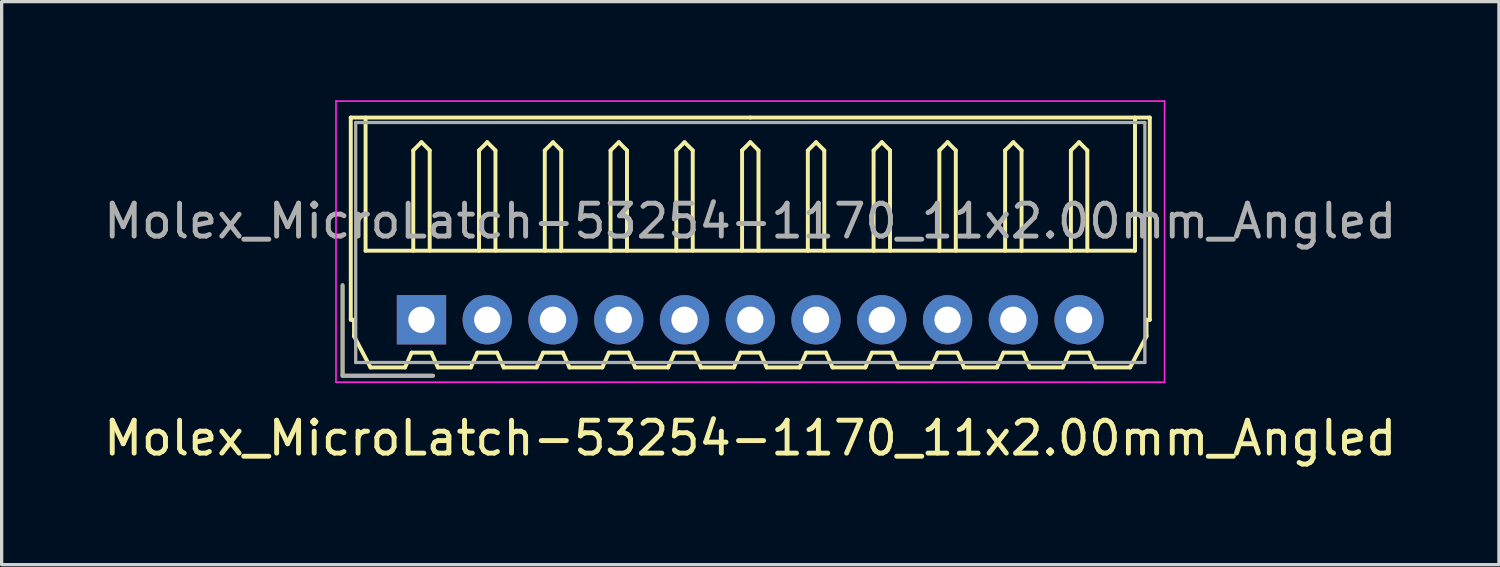
<source format=kicad_pcb>
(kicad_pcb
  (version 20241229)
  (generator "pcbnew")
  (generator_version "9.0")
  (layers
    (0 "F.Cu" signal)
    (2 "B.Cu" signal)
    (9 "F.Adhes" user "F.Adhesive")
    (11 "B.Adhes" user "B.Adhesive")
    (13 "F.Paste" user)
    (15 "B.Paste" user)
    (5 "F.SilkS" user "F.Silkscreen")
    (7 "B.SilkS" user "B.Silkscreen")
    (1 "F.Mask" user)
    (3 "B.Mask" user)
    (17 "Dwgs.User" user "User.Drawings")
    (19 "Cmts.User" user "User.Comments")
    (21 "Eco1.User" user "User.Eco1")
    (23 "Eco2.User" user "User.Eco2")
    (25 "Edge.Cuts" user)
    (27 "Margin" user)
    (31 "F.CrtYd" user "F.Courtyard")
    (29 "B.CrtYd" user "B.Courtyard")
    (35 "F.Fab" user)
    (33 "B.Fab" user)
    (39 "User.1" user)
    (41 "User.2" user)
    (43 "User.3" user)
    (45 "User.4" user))
  (footprint "Molex_MicroLatch-53254-1170_11x2.00mm_Angled"
    (layer "F.Cu")
    (at 9.768 6.675)
    (property "Reference" "Molex_MicroLatch-53254-1170_11x2.00mm_Angled" (at 10 3.6 0) (layer "F.SilkS") (effects (font (size 1 1) (thickness 0.15))))
    (attr through_hole)
    (fp_line (start -2.4 1.7) (end -2.4 -1.05) (stroke (width 0.12) (type solid)) (layer "F.SilkS"))
    (fp_line (start -2.15 -6.15) (end 10 -6.15) (stroke (width 0.12) (type solid)) (layer "F.SilkS"))
    (fp_line (start -2.15 0) (end -2.15 -6.15) (stroke (width 0.12) (type solid)) (layer "F.SilkS"))
    (fp_line (start -2.05 0) (end -2.15 0) (stroke (width 0.12) (type solid)) (layer "F.SilkS"))
    (fp_line (start -2.05 0.5) (end -2.05 0) (stroke (width 0.12) (type solid)) (layer "F.SilkS"))
    (fp_line (start -1.7 -6.15) (end -1.7 -2.1) (stroke (width 0.12) (type solid)) (layer "F.SilkS"))
    (fp_line (start -1.7 -2.1) (end 21.7 -2.1) (stroke (width 0.12) (type solid)) (layer "F.SilkS"))
    (fp_line (start -1.55 1.45) (end -2.05 0.5) (stroke (width 0.12) (type solid)) (layer "F.SilkS"))
    (fp_line (start -0.5 1.45) (end -1.55 1.45) (stroke (width 0.12) (type solid)) (layer "F.SilkS"))
    (fp_line (start -0.3 1) (end -0.5 1.45) (stroke (width 0.12) (type solid)) (layer "F.SilkS"))
    (fp_line (start -0.3 1) (end 0.3 1) (stroke (width 0.12) (type solid)) (layer "F.SilkS"))
    (fp_line (start -0.25 -5.15) (end 0 -5.4) (stroke (width 0.12) (type solid)) (layer "F.SilkS"))
    (fp_line (start -0.25 -2.1) (end -0.25 -5.15) (stroke (width 0.12) (type solid)) (layer "F.SilkS"))
    (fp_line (start 0 -5.4) (end 0.25 -5.15) (stroke (width 0.12) (type solid)) (layer "F.SilkS"))
    (fp_line (start 0.25 -5.15) (end 0.25 -2.1) (stroke (width 0.12) (type solid)) (layer "F.SilkS"))
    (fp_line (start 0.3 1) (end 0.5 1.45) (stroke (width 0.12) (type solid)) (layer "F.SilkS"))
    (fp_line (start 0.35 1.7) (end -2.4 1.7) (stroke (width 0.12) (type solid)) (layer "F.SilkS"))
    (fp_line (start 0.5 1.45) (end 1.5 1.45) (stroke (width 0.12) (type solid)) (layer "F.SilkS"))
    (fp_line (start 1.5 1.45) (end 1.7 1) (stroke (width 0.12) (type solid)) (layer "F.SilkS"))
    (fp_line (start 1.7 1) (end 2.3 1) (stroke (width 0.12) (type solid)) (layer "F.SilkS"))
    (fp_line (start 1.75 -5.15) (end 2 -5.4) (stroke (width 0.12) (type solid)) (layer "F.SilkS"))
    (fp_line (start 1.75 -2.1) (end 1.75 -5.15) (stroke (width 0.12) (type solid)) (layer "F.SilkS"))
    (fp_line (start 2 -5.4) (end 2.25 -5.15) (stroke (width 0.12) (type solid)) (layer "F.SilkS"))
    (fp_line (start 2.25 -5.15) (end 2.25 -2.1) (stroke (width 0.12) (type solid)) (layer "F.SilkS"))
    (fp_line (start 2.3 1) (end 2.5 1.45) (stroke (width 0.12) (type solid)) (layer "F.SilkS"))
    (fp_line (start 2.5 1.45) (end 3.5 1.45) (stroke (width 0.12) (type solid)) (layer "F.SilkS"))
    (fp_line (start 3.5 1.45) (end 3.7 1) (stroke (width 0.12) (type solid)) (layer "F.SilkS"))
    (fp_line (start 3.7 1) (end 4.3 1) (stroke (width 0.12) (type solid)) (layer "F.SilkS"))
    (fp_line (start 3.75 -5.15) (end 4 -5.4) (stroke (width 0.12) (type solid)) (layer "F.SilkS"))
    (fp_line (start 3.75 -2.1) (end 3.75 -5.15) (stroke (width 0.12) (type solid)) (layer "F.SilkS"))
    (fp_line (start 4 -5.4) (end 4.25 -5.15) (stroke (width 0.12) (type solid)) (layer "F.SilkS"))
    (fp_line (start 4.25 -5.15) (end 4.25 -2.1) (stroke (width 0.12) (type solid)) (layer "F.SilkS"))
    (fp_line (start 4.3 1) (end 4.5 1.45) (stroke (width 0.12) (type solid)) (layer "F.SilkS"))
    (fp_line (start 4.5 1.45) (end 5.5 1.45) (stroke (width 0.12) (type solid)) (layer "F.SilkS"))
    (fp_line (start 5.5 1.45) (end 5.7 1) (stroke (width 0.12) (type solid)) (layer "F.SilkS"))
    (fp_line (start 5.7 1) (end 6.3 1) (stroke (width 0.12) (type solid)) (layer "F.SilkS"))
    (fp_line (start 5.75 -5.15) (end 6 -5.4) (stroke (width 0.12) (type solid)) (layer "F.SilkS"))
    (fp_line (start 5.75 -2.1) (end 5.75 -5.15) (stroke (width 0.12) (type solid)) (layer "F.SilkS"))
    (fp_line (start 6 -5.4) (end 6.25 -5.15) (stroke (width 0.12) (type solid)) (layer "F.SilkS"))
    (fp_line (start 6.25 -5.15) (end 6.25 -2.1) (stroke (width 0.12) (type solid)) (layer "F.SilkS"))
    (fp_line (start 6.3 1) (end 6.5 1.45) (stroke (width 0.12) (type solid)) (layer "F.SilkS"))
    (fp_line (start 6.5 1.45) (end 7.5 1.45) (stroke (width 0.12) (type solid)) (layer "F.SilkS"))
    (fp_line (start 7.5 1.45) (end 7.7 1) (stroke (width 0.12) (type solid)) (layer "F.SilkS"))
    (fp_line (start 7.7 1) (end 8.3 1) (stroke (width 0.12) (type solid)) (layer "F.SilkS"))
    (fp_line (start 7.75 -5.15) (end 8 -5.4) (stroke (width 0.12) (type solid)) (layer "F.SilkS"))
    (fp_line (start 7.75 -2.1) (end 7.75 -5.15) (stroke (width 0.12) (type solid)) (layer "F.SilkS"))
    (fp_line (start 8 -5.4) (end 8.25 -5.15) (stroke (width 0.12) (type solid)) (layer "F.SilkS"))
    (fp_line (start 8.25 -5.15) (end 8.25 -2.1) (stroke (width 0.12) (type solid)) (layer "F.SilkS"))
    (fp_line (start 8.3 1) (end 8.5 1.45) (stroke (width 0.12) (type solid)) (layer "F.SilkS"))
    (fp_line (start 8.5 1.45) (end 9.5 1.45) (stroke (width 0.12) (type solid)) (layer "F.SilkS"))
    (fp_line (start 9.5 1.45) (end 9.7 1) (stroke (width 0.12) (type solid)) (layer "F.SilkS"))
    (fp_line (start 9.7 1) (end 10.3 1) (stroke (width 0.12) (type solid)) (layer "F.SilkS"))
    (fp_line (start 9.75 -5.15) (end 10 -5.4) (stroke (width 0.12) (type solid)) (layer "F.SilkS"))
    (fp_line (start 9.75 -2.1) (end 9.75 -5.15) (stroke (width 0.12) (type solid)) (layer "F.SilkS"))
    (fp_line (start 10 -5.4) (end 10.25 -5.15) (stroke (width 0.12) (type solid)) (layer "F.SilkS"))
    (fp_line (start 10.25 -5.15) (end 10.25 -2.1) (stroke (width 0.12) (type solid)) (layer "F.SilkS"))
    (fp_line (start 10.3 1) (end 10.5 1.45) (stroke (width 0.12) (type solid)) (layer "F.SilkS"))
    (fp_line (start 10.5 1.45) (end 11.5 1.45) (stroke (width 0.12) (type solid)) (layer "F.SilkS"))
    (fp_line (start 11.5 1.45) (end 11.7 1) (stroke (width 0.12) (type solid)) (layer "F.SilkS"))
    (fp_line (start 11.7 1) (end 12.3 1) (stroke (width 0.12) (type solid)) (layer "F.SilkS"))
    (fp_line (start 11.75 -5.15) (end 12 -5.4) (stroke (width 0.12) (type solid)) (layer "F.SilkS"))
    (fp_line (start 11.75 -2.1) (end 11.75 -5.15) (stroke (width 0.12) (type solid)) (layer "F.SilkS"))
    (fp_line (start 12 -5.4) (end 12.25 -5.15) (stroke (width 0.12) (type solid)) (layer "F.SilkS"))
    (fp_line (start 12.25 -5.15) (end 12.25 -2.1) (stroke (width 0.12) (type solid)) (layer "F.SilkS"))
    (fp_line (start 12.3 1) (end 12.5 1.45) (stroke (width 0.12) (type solid)) (layer "F.SilkS"))
    (fp_line (start 12.5 1.45) (end 13.5 1.45) (stroke (width 0.12) (type solid)) (layer "F.SilkS"))
    (fp_line (start 13.5 1.45) (end 13.7 1) (stroke (width 0.12) (type solid)) (layer "F.SilkS"))
    (fp_line (start 13.7 1) (end 14.3 1) (stroke (width 0.12) (type solid)) (layer "F.SilkS"))
    (fp_line (start 13.75 -5.15) (end 14 -5.4) (stroke (width 0.12) (type solid)) (layer "F.SilkS"))
    (fp_line (start 13.75 -2.1) (end 13.75 -5.15) (stroke (width 0.12) (type solid)) (layer "F.SilkS"))
    (fp_line (start 14 -5.4) (end 14.25 -5.15) (stroke (width 0.12) (type solid)) (layer "F.SilkS"))
    (fp_line (start 14.25 -5.15) (end 14.25 -2.1) (stroke (width 0.12) (type solid)) (layer "F.SilkS"))
    (fp_line (start 14.3 1) (end 14.5 1.45) (stroke (width 0.12) (type solid)) (layer "F.SilkS"))
    (fp_line (start 14.5 1.45) (end 15.5 1.45) (stroke (width 0.12) (type solid)) (layer "F.SilkS"))
    (fp_line (start 15.5 1.45) (end 15.7 1) (stroke (width 0.12) (type solid)) (layer "F.SilkS"))
    (fp_line (start 15.7 1) (end 16.3 1) (stroke (width 0.12) (type solid)) (layer "F.SilkS"))
    (fp_line (start 15.75 -5.15) (end 16 -5.4) (stroke (width 0.12) (type solid)) (layer "F.SilkS"))
    (fp_line (start 15.75 -2.1) (end 15.75 -5.15) (stroke (width 0.12) (type solid)) (layer "F.SilkS"))
    (fp_line (start 16 -5.4) (end 16.25 -5.15) (stroke (width 0.12) (type solid)) (layer "F.SilkS"))
    (fp_line (start 16.25 -5.15) (end 16.25 -2.1) (stroke (width 0.12) (type solid)) (layer "F.SilkS"))
    (fp_line (start 16.3 1) (end 16.5 1.45) (stroke (width 0.12) (type solid)) (layer "F.SilkS"))
    (fp_line (start 16.5 1.45) (end 17.5 1.45) (stroke (width 0.12) (type solid)) (layer "F.SilkS"))
    (fp_line (start 17.5 1.45) (end 17.7 1) (stroke (width 0.12) (type solid)) (layer "F.SilkS"))
    (fp_line (start 17.7 1) (end 18.3 1) (stroke (width 0.12) (type solid)) (layer "F.SilkS"))
    (fp_line (start 17.75 -5.15) (end 18 -5.4) (stroke (width 0.12) (type solid)) (layer "F.SilkS"))
    (fp_line (start 17.75 -2.1) (end 17.75 -5.15) (stroke (width 0.12) (type solid)) (layer "F.SilkS"))
    (fp_line (start 18 -5.4) (end 18.25 -5.15) (stroke (width 0.12) (type solid)) (layer "F.SilkS"))
    (fp_line (start 18.25 -5.15) (end 18.25 -2.1) (stroke (width 0.12) (type solid)) (layer "F.SilkS"))
    (fp_line (start 18.3 1) (end 18.5 1.45) (stroke (width 0.12) (type solid)) (layer "F.SilkS"))
    (fp_line (start 18.5 1.45) (end 19.5 1.45) (stroke (width 0.12) (type solid)) (layer "F.SilkS"))
    (fp_line (start 19.5 1.45) (end 19.7 1) (stroke (width 0.12) (type solid)) (layer "F.SilkS"))
    (fp_line (start 19.7 1) (end 20.3 1) (stroke (width 0.12) (type solid)) (layer "F.SilkS"))
    (fp_line (start 19.75 -5.15) (end 20 -5.4) (stroke (width 0.12) (type solid)) (layer "F.SilkS"))
    (fp_line (start 19.75 -2.1) (end 19.75 -5.15) (stroke (width 0.12) (type solid)) (layer "F.SilkS"))
    (fp_line (start 20 -5.4) (end 20.25 -5.15) (stroke (width 0.12) (type solid)) (layer "F.SilkS"))
    (fp_line (start 20.25 -5.15) (end 20.25 -2.1) (stroke (width 0.12) (type solid)) (layer "F.SilkS"))
    (fp_line (start 20.3 1) (end 20.5 1.45) (stroke (width 0.12) (type solid)) (layer "F.SilkS"))
    (fp_line (start 20.5 1.45) (end 21.55 1.45) (stroke (width 0.12) (type solid)) (layer "F.SilkS"))
    (fp_line (start 21.55 1.45) (end 22.05 0.5) (stroke (width 0.12) (type solid)) (layer "F.SilkS"))
    (fp_line (start 21.7 -2.1) (end 21.7 -6.15) (stroke (width 0.12) (type solid)) (layer "F.SilkS"))
    (fp_line (start 22.05 0) (end 22.15 0) (stroke (width 0.12) (type solid)) (layer "F.SilkS"))
    (fp_line (start 22.05 0.5) (end 22.05 0) (stroke (width 0.12) (type solid)) (layer "F.SilkS"))
    (fp_line (start 22.15 -6.15) (end 10 -6.15) (stroke (width 0.12) (type solid)) (layer "F.SilkS"))
    (fp_line (start 22.15 0) (end 22.15 -6.15) (stroke (width 0.12) (type solid)) (layer "F.SilkS"))
    (fp_line (start -2.6 -6.65) (end -2.6 1.9) (stroke (width 0.05) (type solid)) (layer "F.CrtYd"))
    (fp_line (start -2.6 1.9) (end 22.6 1.9) (stroke (width 0.05) (type solid)) (layer "F.CrtYd"))
    (fp_line (start 22.6 -6.65) (end -2.6 -6.65) (stroke (width 0.05) (type solid)) (layer "F.CrtYd"))
    (fp_line (start 22.6 1.9) (end 22.6 -6.65) (stroke (width 0.05) (type solid)) (layer "F.CrtYd"))
    (fp_line (start -2.4 1.7) (end -2.4 -1.05) (stroke (width 0.1) (type solid)) (layer "F.Fab"))
    (fp_line (start -2 -6) (end -2 1.3) (stroke (width 0.1) (type solid)) (layer "F.Fab"))
    (fp_line (start -2 1.3) (end 22 1.3) (stroke (width 0.1) (type solid)) (layer "F.Fab"))
    (fp_line (start 0.35 1.7) (end -2.4 1.7) (stroke (width 0.1) (type solid)) (layer "F.Fab"))
    (fp_line (start 22 -6) (end -2 -6) (stroke (width 0.1) (type solid)) (layer "F.Fab"))
    (fp_line (start 22 1.3) (end 22 -6) (stroke (width 0.1) (type solid)) (layer "F.Fab"))
    (fp_text user "${REFERENCE}" (at 10 -3 0) (layer "F.Fab") (effects (font (size 1 1) (thickness 0.15))))
    (pad "1" thru_hole rect (at 0 0) (size 1.5 1.5) (drill 0.8) (layers "*.Cu" "*.Mask"))
    (pad "2" thru_hole circle (at 2 0) (size 1.5 1.5) (drill 0.8) (layers "*.Cu" "*.Mask"))
    (pad "3" thru_hole circle (at 4 0) (size 1.5 1.5) (drill 0.8) (layers "*.Cu" "*.Mask"))
    (pad "4" thru_hole circle (at 6 0) (size 1.5 1.5) (drill 0.8) (layers "*.Cu" "*.Mask"))
    (pad "5" thru_hole circle (at 8 0) (size 1.5 1.5) (drill 0.8) (layers "*.Cu" "*.Mask"))
    (pad "6" thru_hole circle (at 10 0) (size 1.5 1.5) (drill 0.8) (layers "*.Cu" "*.Mask"))
    (pad "7" thru_hole circle (at 12 0) (size 1.5 1.5) (drill 0.8) (layers "*.Cu" "*.Mask"))
    (pad "8" thru_hole circle (at 14 0) (size 1.5 1.5) (drill 0.8) (layers "*.Cu" "*.Mask"))
    (pad "9" thru_hole circle (at 16 0) (size 1.5 1.5) (drill 0.8) (layers "*.Cu" "*.Mask"))
    (pad "10" thru_hole circle (at 18 0) (size 1.5 1.5) (drill 0.8) (layers "*.Cu" "*.Mask"))
    (pad "11" thru_hole circle (at 20 0) (size 1.5 1.5) (drill 0.8) (layers "*.Cu" "*.Mask")))
  (gr_rect
    (start -3 -3)
    (end 42.536 14.123)
    (stroke (width 0.1) (type default))
    (fill no)
    (layer "Edge.Cuts")))
</source>
